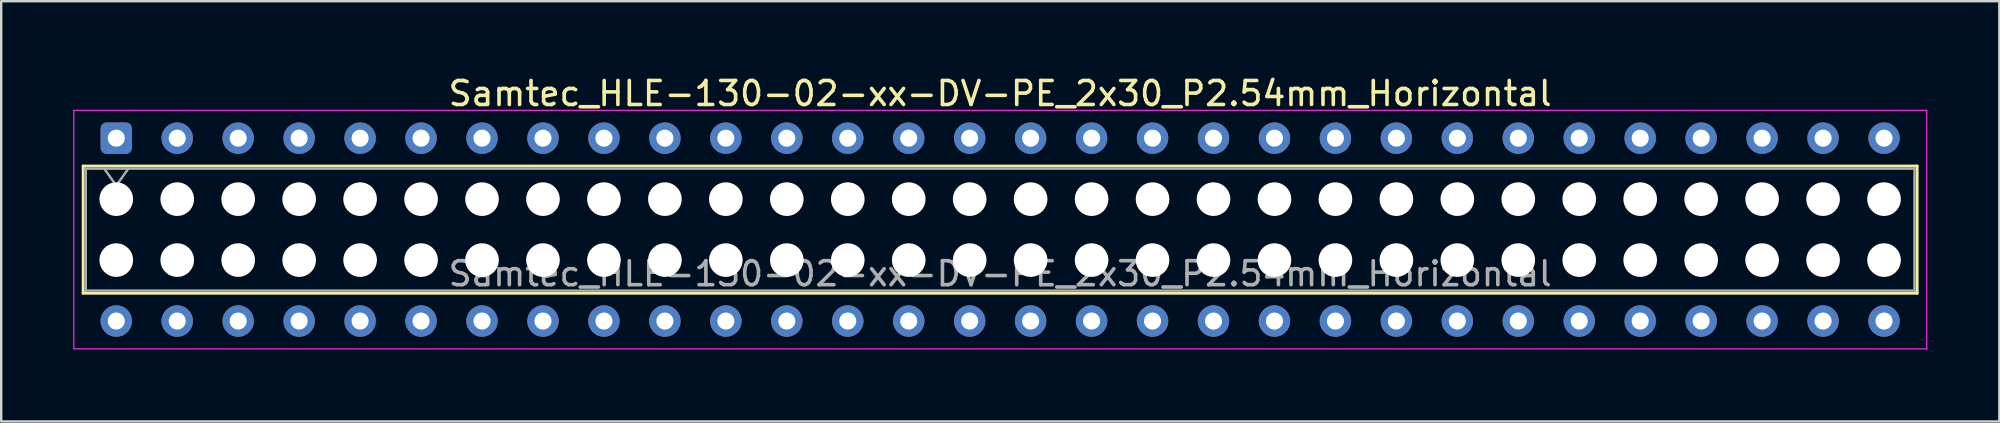
<source format=kicad_pcb>
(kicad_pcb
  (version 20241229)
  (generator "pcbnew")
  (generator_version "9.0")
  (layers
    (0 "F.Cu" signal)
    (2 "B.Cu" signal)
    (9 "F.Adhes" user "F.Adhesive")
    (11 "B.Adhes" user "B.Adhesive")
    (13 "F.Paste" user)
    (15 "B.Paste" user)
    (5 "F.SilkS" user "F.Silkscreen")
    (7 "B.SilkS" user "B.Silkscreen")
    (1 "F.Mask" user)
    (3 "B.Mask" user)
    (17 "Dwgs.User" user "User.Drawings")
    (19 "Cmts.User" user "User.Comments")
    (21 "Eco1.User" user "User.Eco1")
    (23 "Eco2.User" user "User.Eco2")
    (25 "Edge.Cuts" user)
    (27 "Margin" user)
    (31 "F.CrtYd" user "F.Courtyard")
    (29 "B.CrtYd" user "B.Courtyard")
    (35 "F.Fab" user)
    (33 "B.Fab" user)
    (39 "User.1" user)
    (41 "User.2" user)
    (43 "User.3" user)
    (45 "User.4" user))
  (footprint "Samtec_HLE-130-02-xx-DV-PE_2x30_P2.54mm_Horizontal"
    (layer "F.Cu")
    (at 1.795 2.708)
    (property "Reference" "Samtec_HLE-130-02-xx-DV-PE_2x30_P2.54mm_Horizontal" (at 36.83 -1.86 0) (layer "F.SilkS") (effects (font (size 1 1) (thickness 0.15))))
    (attr through_hole)
    (fp_line (start -1.38 1.16) (end 75.04 1.16) (stroke (width 0.12) (type solid)) (layer "F.SilkS"))
    (fp_line (start -1.38 6.46) (end -1.38 1.16) (stroke (width 0.12) (type solid)) (layer "F.SilkS"))
    (fp_line (start 75.04 1.16) (end 75.04 6.46) (stroke (width 0.12) (type solid)) (layer "F.SilkS"))
    (fp_line (start 75.04 6.46) (end -1.38 6.46) (stroke (width 0.12) (type solid)) (layer "F.SilkS"))
    (fp_line (start -1.77 -1.16) (end 75.44 -1.16) (stroke (width 0.05) (type solid)) (layer "F.CrtYd"))
    (fp_line (start -1.77 8.78) (end -1.77 -1.16) (stroke (width 0.05) (type solid)) (layer "F.CrtYd"))
    (fp_line (start 75.44 -1.16) (end 75.44 8.78) (stroke (width 0.05) (type solid)) (layer "F.CrtYd"))
    (fp_line (start 75.44 8.78) (end -1.77 8.78) (stroke (width 0.05) (type solid)) (layer "F.CrtYd"))
    (fp_line (start -1.27 1.27) (end 74.93 1.27) (stroke (width 0.1) (type solid)) (layer "F.Fab"))
    (fp_line (start -1.27 6.35) (end -1.27 1.27) (stroke (width 0.1) (type solid)) (layer "F.Fab"))
    (fp_line (start -0.5 1.27) (end 0 1.977) (stroke (width 0.1) (type solid)) (layer "F.Fab"))
    (fp_line (start 0 1.977) (end 0.5 1.27) (stroke (width 0.1) (type solid)) (layer "F.Fab"))
    (fp_line (start 74.93 1.27) (end 74.93 6.35) (stroke (width 0.1) (type solid)) (layer "F.Fab"))
    (fp_line (start 74.93 6.35) (end -1.27 6.35) (stroke (width 0.1) (type solid)) (layer "F.Fab"))
    (fp_text user "${REFERENCE}" (at 36.83 5.65 0) (layer "F.Fab") (effects (font (size 1 1) (thickness 0.15))))
    (pad "" np_thru_hole circle (at 0 2.54) (size 1.4 1.4) (drill 1.4) (layers "*.Cu" "*.Mask"))
    (pad "" np_thru_hole circle (at 0 5.08) (size 1.4 1.4) (drill 1.4) (layers "*.Cu" "*.Mask"))
    (pad "" np_thru_hole circle (at 2.54 2.54) (size 1.4 1.4) (drill 1.4) (layers "*.Cu" "*.Mask"))
    (pad "" np_thru_hole circle (at 2.54 5.08) (size 1.4 1.4) (drill 1.4) (layers "*.Cu" "*.Mask"))
    (pad "" np_thru_hole circle (at 5.08 2.54) (size 1.4 1.4) (drill 1.4) (layers "*.Cu" "*.Mask"))
    (pad "" np_thru_hole circle (at 5.08 5.08) (size 1.4 1.4) (drill 1.4) (layers "*.Cu" "*.Mask"))
    (pad "" np_thru_hole circle (at 7.62 2.54) (size 1.4 1.4) (drill 1.4) (layers "*.Cu" "*.Mask"))
    (pad "" np_thru_hole circle (at 7.62 5.08) (size 1.4 1.4) (drill 1.4) (layers "*.Cu" "*.Mask"))
    (pad "" np_thru_hole circle (at 10.16 2.54) (size 1.4 1.4) (drill 1.4) (layers "*.Cu" "*.Mask"))
    (pad "" np_thru_hole circle (at 10.16 5.08) (size 1.4 1.4) (drill 1.4) (layers "*.Cu" "*.Mask"))
    (pad "" np_thru_hole circle (at 12.7 2.54) (size 1.4 1.4) (drill 1.4) (layers "*.Cu" "*.Mask"))
    (pad "" np_thru_hole circle (at 12.7 5.08) (size 1.4 1.4) (drill 1.4) (layers "*.Cu" "*.Mask"))
    (pad "" np_thru_hole circle (at 15.24 2.54) (size 1.4 1.4) (drill 1.4) (layers "*.Cu" "*.Mask"))
    (pad "" np_thru_hole circle (at 15.24 5.08) (size 1.4 1.4) (drill 1.4) (layers "*.Cu" "*.Mask"))
    (pad "" np_thru_hole circle (at 17.78 2.54) (size 1.4 1.4) (drill 1.4) (layers "*.Cu" "*.Mask"))
    (pad "" np_thru_hole circle (at 17.78 5.08) (size 1.4 1.4) (drill 1.4) (layers "*.Cu" "*.Mask"))
    (pad "" np_thru_hole circle (at 20.32 2.54) (size 1.4 1.4) (drill 1.4) (layers "*.Cu" "*.Mask"))
    (pad "" np_thru_hole circle (at 20.32 5.08) (size 1.4 1.4) (drill 1.4) (layers "*.Cu" "*.Mask"))
    (pad "" np_thru_hole circle (at 22.86 2.54) (size 1.4 1.4) (drill 1.4) (layers "*.Cu" "*.Mask"))
    (pad "" np_thru_hole circle (at 22.86 5.08) (size 1.4 1.4) (drill 1.4) (layers "*.Cu" "*.Mask"))
    (pad "" np_thru_hole circle (at 25.4 2.54) (size 1.4 1.4) (drill 1.4) (layers "*.Cu" "*.Mask"))
    (pad "" np_thru_hole circle (at 25.4 5.08) (size 1.4 1.4) (drill 1.4) (layers "*.Cu" "*.Mask"))
    (pad "" np_thru_hole circle (at 27.94 2.54) (size 1.4 1.4) (drill 1.4) (layers "*.Cu" "*.Mask"))
    (pad "" np_thru_hole circle (at 27.94 5.08) (size 1.4 1.4) (drill 1.4) (layers "*.Cu" "*.Mask"))
    (pad "" np_thru_hole circle (at 30.48 2.54) (size 1.4 1.4) (drill 1.4) (layers "*.Cu" "*.Mask"))
    (pad "" np_thru_hole circle (at 30.48 5.08) (size 1.4 1.4) (drill 1.4) (layers "*.Cu" "*.Mask"))
    (pad "" np_thru_hole circle (at 33.02 2.54) (size 1.4 1.4) (drill 1.4) (layers "*.Cu" "*.Mask"))
    (pad "" np_thru_hole circle (at 33.02 5.08) (size 1.4 1.4) (drill 1.4) (layers "*.Cu" "*.Mask"))
    (pad "" np_thru_hole circle (at 35.56 2.54) (size 1.4 1.4) (drill 1.4) (layers "*.Cu" "*.Mask"))
    (pad "" np_thru_hole circle (at 35.56 5.08) (size 1.4 1.4) (drill 1.4) (layers "*.Cu" "*.Mask"))
    (pad "" np_thru_hole circle (at 38.1 2.54) (size 1.4 1.4) (drill 1.4) (layers "*.Cu" "*.Mask"))
    (pad "" np_thru_hole circle (at 38.1 5.08) (size 1.4 1.4) (drill 1.4) (layers "*.Cu" "*.Mask"))
    (pad "" np_thru_hole circle (at 40.64 2.54) (size 1.4 1.4) (drill 1.4) (layers "*.Cu" "*.Mask"))
    (pad "" np_thru_hole circle (at 40.64 5.08) (size 1.4 1.4) (drill 1.4) (layers "*.Cu" "*.Mask"))
    (pad "" np_thru_hole circle (at 43.18 2.54) (size 1.4 1.4) (drill 1.4) (layers "*.Cu" "*.Mask"))
    (pad "" np_thru_hole circle (at 43.18 5.08) (size 1.4 1.4) (drill 1.4) (layers "*.Cu" "*.Mask"))
    (pad "" np_thru_hole circle (at 45.72 2.54) (size 1.4 1.4) (drill 1.4) (layers "*.Cu" "*.Mask"))
    (pad "" np_thru_hole circle (at 45.72 5.08) (size 1.4 1.4) (drill 1.4) (layers "*.Cu" "*.Mask"))
    (pad "" np_thru_hole circle (at 48.26 2.54) (size 1.4 1.4) (drill 1.4) (layers "*.Cu" "*.Mask"))
    (pad "" np_thru_hole circle (at 48.26 5.08) (size 1.4 1.4) (drill 1.4) (layers "*.Cu" "*.Mask"))
    (pad "" np_thru_hole circle (at 50.8 2.54) (size 1.4 1.4) (drill 1.4) (layers "*.Cu" "*.Mask"))
    (pad "" np_thru_hole circle (at 50.8 5.08) (size 1.4 1.4) (drill 1.4) (layers "*.Cu" "*.Mask"))
    (pad "" np_thru_hole circle (at 53.34 2.54) (size 1.4 1.4) (drill 1.4) (layers "*.Cu" "*.Mask"))
    (pad "" np_thru_hole circle (at 53.34 5.08) (size 1.4 1.4) (drill 1.4) (layers "*.Cu" "*.Mask"))
    (pad "" np_thru_hole circle (at 55.88 2.54) (size 1.4 1.4) (drill 1.4) (layers "*.Cu" "*.Mask"))
    (pad "" np_thru_hole circle (at 55.88 5.08) (size 1.4 1.4) (drill 1.4) (layers "*.Cu" "*.Mask"))
    (pad "" np_thru_hole circle (at 58.42 2.54) (size 1.4 1.4) (drill 1.4) (layers "*.Cu" "*.Mask"))
    (pad "" np_thru_hole circle (at 58.42 5.08) (size 1.4 1.4) (drill 1.4) (layers "*.Cu" "*.Mask"))
    (pad "" np_thru_hole circle (at 60.96 2.54) (size 1.4 1.4) (drill 1.4) (layers "*.Cu" "*.Mask"))
    (pad "" np_thru_hole circle (at 60.96 5.08) (size 1.4 1.4) (drill 1.4) (layers "*.Cu" "*.Mask"))
    (pad "" np_thru_hole circle (at 63.5 2.54) (size 1.4 1.4) (drill 1.4) (layers "*.Cu" "*.Mask"))
    (pad "" np_thru_hole circle (at 63.5 5.08) (size 1.4 1.4) (drill 1.4) (layers "*.Cu" "*.Mask"))
    (pad "" np_thru_hole circle (at 66.04 2.54) (size 1.4 1.4) (drill 1.4) (layers "*.Cu" "*.Mask"))
    (pad "" np_thru_hole circle (at 66.04 5.08) (size 1.4 1.4) (drill 1.4) (layers "*.Cu" "*.Mask"))
    (pad "" np_thru_hole circle (at 68.58 2.54) (size 1.4 1.4) (drill 1.4) (layers "*.Cu" "*.Mask"))
    (pad "" np_thru_hole circle (at 68.58 5.08) (size 1.4 1.4) (drill 1.4) (layers "*.Cu" "*.Mask"))
    (pad "" np_thru_hole circle (at 71.12 2.54) (size 1.4 1.4) (drill 1.4) (layers "*.Cu" "*.Mask"))
    (pad "" np_thru_hole circle (at 71.12 5.08) (size 1.4 1.4) (drill 1.4) (layers "*.Cu" "*.Mask"))
    (pad "" np_thru_hole circle (at 73.66 2.54) (size 1.4 1.4) (drill 1.4) (layers "*.Cu" "*.Mask"))
    (pad "" np_thru_hole circle (at 73.66 5.08) (size 1.4 1.4) (drill 1.4) (layers "*.Cu" "*.Mask"))
    (pad "1" thru_hole roundrect (at 0 0) (size 1.31 1.31) (drill 0.71) (layers "*.Cu" "*.Mask") (roundrect_rratio 0.191))
    (pad "2" thru_hole circle (at 0 7.62) (size 1.31 1.31) (drill 0.71) (layers "*.Cu" "*.Mask"))
    (pad "3" thru_hole circle (at 2.54 0) (size 1.31 1.31) (drill 0.71) (layers "*.Cu" "*.Mask"))
    (pad "4" thru_hole circle (at 2.54 7.62) (size 1.31 1.31) (drill 0.71) (layers "*.Cu" "*.Mask"))
    (pad "5" thru_hole circle (at 5.08 0) (size 1.31 1.31) (drill 0.71) (layers "*.Cu" "*.Mask"))
    (pad "6" thru_hole circle (at 5.08 7.62) (size 1.31 1.31) (drill 0.71) (layers "*.Cu" "*.Mask"))
    (pad "7" thru_hole circle (at 7.62 0) (size 1.31 1.31) (drill 0.71) (layers "*.Cu" "*.Mask"))
    (pad "8" thru_hole circle (at 7.62 7.62) (size 1.31 1.31) (drill 0.71) (layers "*.Cu" "*.Mask"))
    (pad "9" thru_hole circle (at 10.16 0) (size 1.31 1.31) (drill 0.71) (layers "*.Cu" "*.Mask"))
    (pad "10" thru_hole circle (at 10.16 7.62) (size 1.31 1.31) (drill 0.71) (layers "*.Cu" "*.Mask"))
    (pad "11" thru_hole circle (at 12.7 0) (size 1.31 1.31) (drill 0.71) (layers "*.Cu" "*.Mask"))
    (pad "12" thru_hole circle (at 12.7 7.62) (size 1.31 1.31) (drill 0.71) (layers "*.Cu" "*.Mask"))
    (pad "13" thru_hole circle (at 15.24 0) (size 1.31 1.31) (drill 0.71) (layers "*.Cu" "*.Mask"))
    (pad "14" thru_hole circle (at 15.24 7.62) (size 1.31 1.31) (drill 0.71) (layers "*.Cu" "*.Mask"))
    (pad "15" thru_hole circle (at 17.78 0) (size 1.31 1.31) (drill 0.71) (layers "*.Cu" "*.Mask"))
    (pad "16" thru_hole circle (at 17.78 7.62) (size 1.31 1.31) (drill 0.71) (layers "*.Cu" "*.Mask"))
    (pad "17" thru_hole circle (at 20.32 0) (size 1.31 1.31) (drill 0.71) (layers "*.Cu" "*.Mask"))
    (pad "18" thru_hole circle (at 20.32 7.62) (size 1.31 1.31) (drill 0.71) (layers "*.Cu" "*.Mask"))
    (pad "19" thru_hole circle (at 22.86 0) (size 1.31 1.31) (drill 0.71) (layers "*.Cu" "*.Mask"))
    (pad "20" thru_hole circle (at 22.86 7.62) (size 1.31 1.31) (drill 0.71) (layers "*.Cu" "*.Mask"))
    (pad "21" thru_hole circle (at 25.4 0) (size 1.31 1.31) (drill 0.71) (layers "*.Cu" "*.Mask"))
    (pad "22" thru_hole circle (at 25.4 7.62) (size 1.31 1.31) (drill 0.71) (layers "*.Cu" "*.Mask"))
    (pad "23" thru_hole circle (at 27.94 0) (size 1.31 1.31) (drill 0.71) (layers "*.Cu" "*.Mask"))
    (pad "24" thru_hole circle (at 27.94 7.62) (size 1.31 1.31) (drill 0.71) (layers "*.Cu" "*.Mask"))
    (pad "25" thru_hole circle (at 30.48 0) (size 1.31 1.31) (drill 0.71) (layers "*.Cu" "*.Mask"))
    (pad "26" thru_hole circle (at 30.48 7.62) (size 1.31 1.31) (drill 0.71) (layers "*.Cu" "*.Mask"))
    (pad "27" thru_hole circle (at 33.02 0) (size 1.31 1.31) (drill 0.71) (layers "*.Cu" "*.Mask"))
    (pad "28" thru_hole circle (at 33.02 7.62) (size 1.31 1.31) (drill 0.71) (layers "*.Cu" "*.Mask"))
    (pad "29" thru_hole circle (at 35.56 0) (size 1.31 1.31) (drill 0.71) (layers "*.Cu" "*.Mask"))
    (pad "30" thru_hole circle (at 35.56 7.62) (size 1.31 1.31) (drill 0.71) (layers "*.Cu" "*.Mask"))
    (pad "31" thru_hole circle (at 38.1 0) (size 1.31 1.31) (drill 0.71) (layers "*.Cu" "*.Mask"))
    (pad "32" thru_hole circle (at 38.1 7.62) (size 1.31 1.31) (drill 0.71) (layers "*.Cu" "*.Mask"))
    (pad "33" thru_hole circle (at 40.64 0) (size 1.31 1.31) (drill 0.71) (layers "*.Cu" "*.Mask"))
    (pad "34" thru_hole circle (at 40.64 7.62) (size 1.31 1.31) (drill 0.71) (layers "*.Cu" "*.Mask"))
    (pad "35" thru_hole circle (at 43.18 0) (size 1.31 1.31) (drill 0.71) (layers "*.Cu" "*.Mask"))
    (pad "36" thru_hole circle (at 43.18 7.62) (size 1.31 1.31) (drill 0.71) (layers "*.Cu" "*.Mask"))
    (pad "37" thru_hole circle (at 45.72 0) (size 1.31 1.31) (drill 0.71) (layers "*.Cu" "*.Mask"))
    (pad "38" thru_hole circle (at 45.72 7.62) (size 1.31 1.31) (drill 0.71) (layers "*.Cu" "*.Mask"))
    (pad "39" thru_hole circle (at 48.26 0) (size 1.31 1.31) (drill 0.71) (layers "*.Cu" "*.Mask"))
    (pad "40" thru_hole circle (at 48.26 7.62) (size 1.31 1.31) (drill 0.71) (layers "*.Cu" "*.Mask"))
    (pad "41" thru_hole circle (at 50.8 0) (size 1.31 1.31) (drill 0.71) (layers "*.Cu" "*.Mask"))
    (pad "42" thru_hole circle (at 50.8 7.62) (size 1.31 1.31) (drill 0.71) (layers "*.Cu" "*.Mask"))
    (pad "43" thru_hole circle (at 53.34 0) (size 1.31 1.31) (drill 0.71) (layers "*.Cu" "*.Mask"))
    (pad "44" thru_hole circle (at 53.34 7.62) (size 1.31 1.31) (drill 0.71) (layers "*.Cu" "*.Mask"))
    (pad "45" thru_hole circle (at 55.88 0) (size 1.31 1.31) (drill 0.71) (layers "*.Cu" "*.Mask"))
    (pad "46" thru_hole circle (at 55.88 7.62) (size 1.31 1.31) (drill 0.71) (layers "*.Cu" "*.Mask"))
    (pad "47" thru_hole circle (at 58.42 0) (size 1.31 1.31) (drill 0.71) (layers "*.Cu" "*.Mask"))
    (pad "48" thru_hole circle (at 58.42 7.62) (size 1.31 1.31) (drill 0.71) (layers "*.Cu" "*.Mask"))
    (pad "49" thru_hole circle (at 60.96 0) (size 1.31 1.31) (drill 0.71) (layers "*.Cu" "*.Mask"))
    (pad "50" thru_hole circle (at 60.96 7.62) (size 1.31 1.31) (drill 0.71) (layers "*.Cu" "*.Mask"))
    (pad "51" thru_hole circle (at 63.5 0) (size 1.31 1.31) (drill 0.71) (layers "*.Cu" "*.Mask"))
    (pad "52" thru_hole circle (at 63.5 7.62) (size 1.31 1.31) (drill 0.71) (layers "*.Cu" "*.Mask"))
    (pad "53" thru_hole circle (at 66.04 0) (size 1.31 1.31) (drill 0.71) (layers "*.Cu" "*.Mask"))
    (pad "54" thru_hole circle (at 66.04 7.62) (size 1.31 1.31) (drill 0.71) (layers "*.Cu" "*.Mask"))
    (pad "55" thru_hole circle (at 68.58 0) (size 1.31 1.31) (drill 0.71) (layers "*.Cu" "*.Mask"))
    (pad "56" thru_hole circle (at 68.58 7.62) (size 1.31 1.31) (drill 0.71) (layers "*.Cu" "*.Mask"))
    (pad "57" thru_hole circle (at 71.12 0) (size 1.31 1.31) (drill 0.71) (layers "*.Cu" "*.Mask"))
    (pad "58" thru_hole circle (at 71.12 7.62) (size 1.31 1.31) (drill 0.71) (layers "*.Cu" "*.Mask"))
    (pad "59" thru_hole circle (at 73.66 0) (size 1.31 1.31) (drill 0.71) (layers "*.Cu" "*.Mask"))
    (pad "60" thru_hole circle (at 73.66 7.62) (size 1.31 1.31) (drill 0.71) (layers "*.Cu" "*.Mask")))
  (gr_rect
    (start -3 -3)
    (end 80.26 14.513)
    (stroke (width 0.1) (type default))
    (fill no)
    (layer "Edge.Cuts")))
</source>
